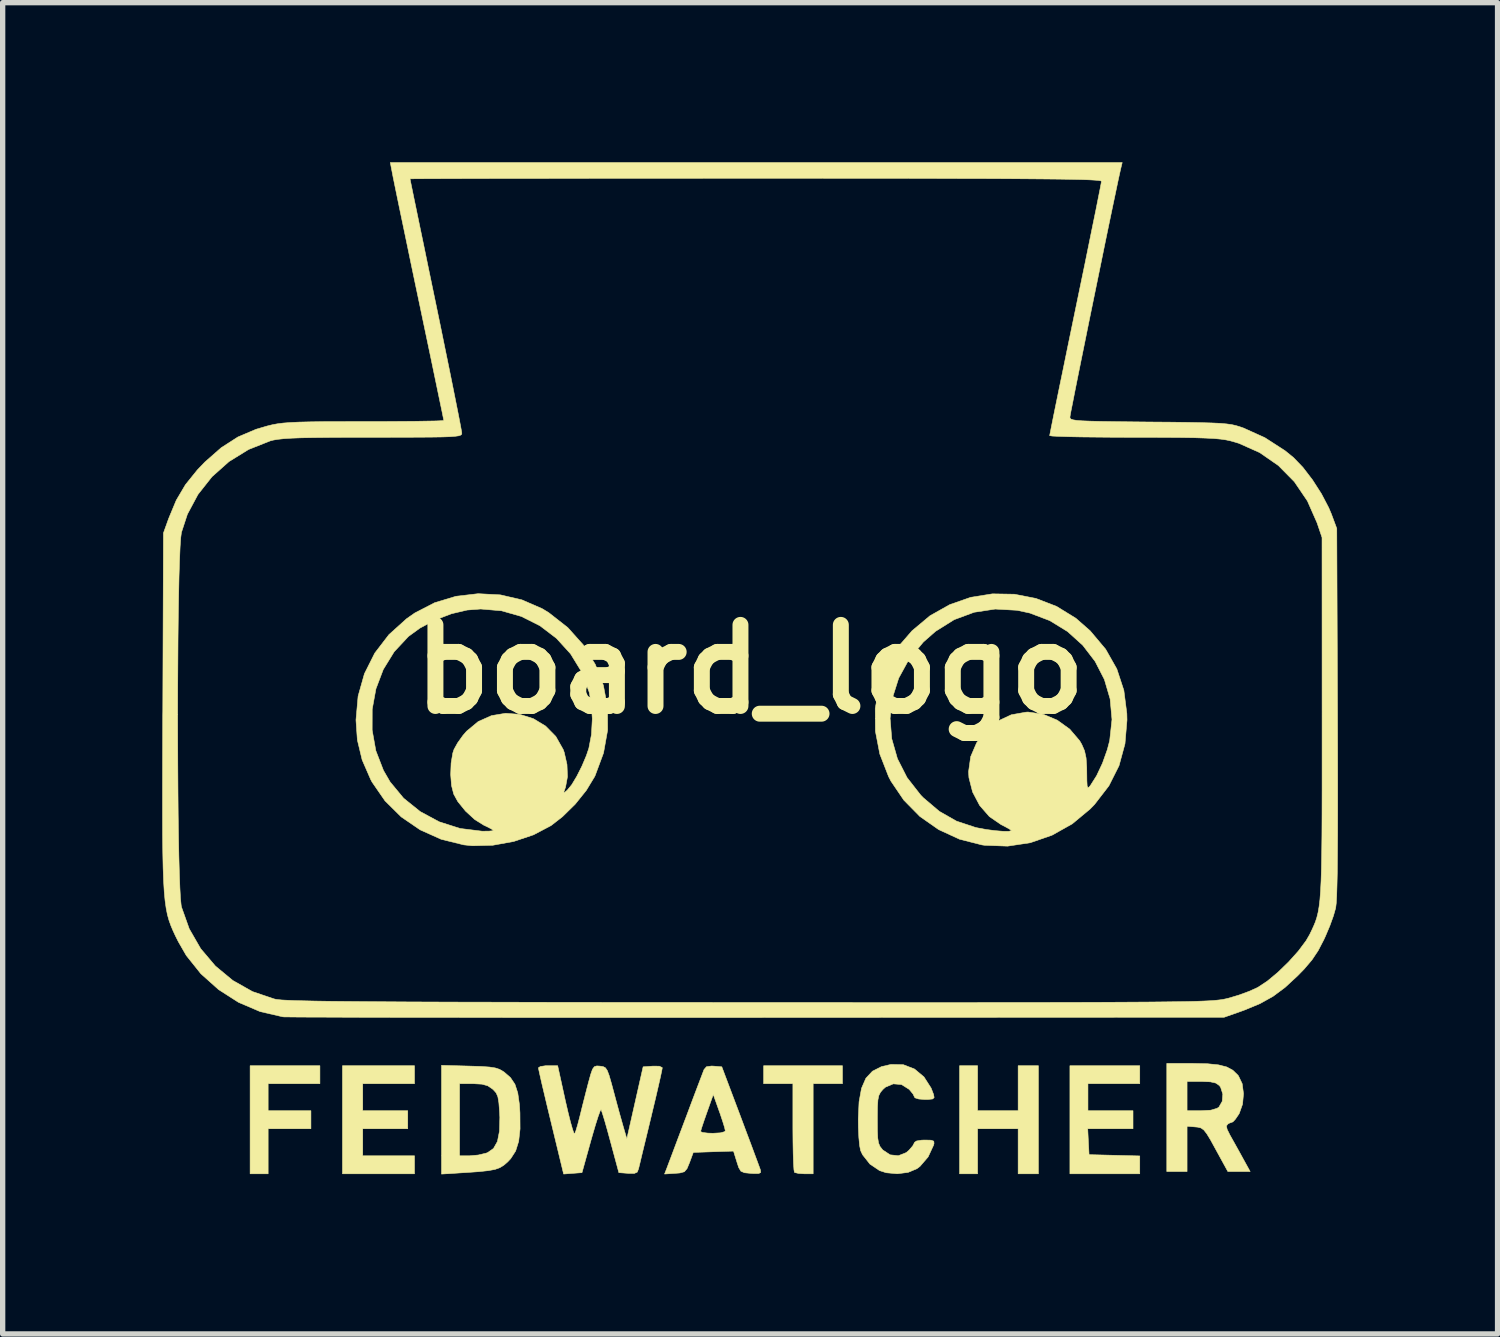
<source format=kicad_pcb>
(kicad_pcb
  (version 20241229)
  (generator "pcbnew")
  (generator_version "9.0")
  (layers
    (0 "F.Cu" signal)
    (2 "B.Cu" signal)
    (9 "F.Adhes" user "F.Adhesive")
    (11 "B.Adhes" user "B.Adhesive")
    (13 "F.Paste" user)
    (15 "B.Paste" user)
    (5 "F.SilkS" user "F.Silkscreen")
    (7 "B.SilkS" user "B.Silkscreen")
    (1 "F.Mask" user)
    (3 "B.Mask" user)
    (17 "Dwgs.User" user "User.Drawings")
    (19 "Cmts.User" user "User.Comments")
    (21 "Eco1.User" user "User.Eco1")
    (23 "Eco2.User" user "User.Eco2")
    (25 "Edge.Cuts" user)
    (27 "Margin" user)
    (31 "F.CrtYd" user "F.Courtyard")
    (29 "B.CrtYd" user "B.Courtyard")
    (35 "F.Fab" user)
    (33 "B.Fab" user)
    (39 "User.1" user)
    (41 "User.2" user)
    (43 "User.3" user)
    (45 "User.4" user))
  (footprint "board_logo"
    (layer "F.Cu")
    (at 11.049 9.53)
    (property "Reference" "board_logo" (at 0 0 0) (layer "F.SilkS") (effects (font (size 1.524 1.524) (thickness 0.3))))
    (attr through_hole)
    (fp_poly (pts (xy -8.086 7.789) (xy -9.059 7.789) (xy -9.059 8.297) (xy -8.255 8.297) (xy -8.255 8.636) (xy -9.059 8.636) (xy -9.059 9.483) (xy -9.398 9.483) (xy -9.398 7.451) (xy -8.086 7.451) (xy -8.086 7.789)) (stroke (width 0.01) (type solid)) (fill yes) (layer "F.SilkS"))
    (fp_poly (pts (xy -6.308 7.789) (xy -7.281 7.789) (xy -7.281 8.297) (xy -6.435 8.297) (xy -6.435 8.636) (xy -7.281 8.636) (xy -7.281 9.144) (xy -6.308 9.144) (xy -6.308 9.483) (xy -7.662 9.483) (xy -7.662 7.451) (xy -6.308 7.451) (xy -6.308 7.789)) (stroke (width 0.01) (type solid)) (fill yes) (layer "F.SilkS"))
    (fp_poly (pts (xy 4.276 8.297) (xy 5.038 8.297) (xy 5.038 7.451) (xy 5.419 7.451) (xy 5.419 9.483) (xy 5.038 9.483) (xy 5.038 8.636) (xy 4.276 8.636) (xy 4.276 9.483) (xy 3.937 9.483) (xy 3.937 7.451) (xy 4.276 7.451) (xy 4.276 8.297)) (stroke (width 0.01) (type solid)) (fill yes) (layer "F.SilkS"))
    (fp_poly (pts (xy 7.324 7.789) (xy 6.35 7.789) (xy 6.35 8.297) (xy 7.197 8.297) (xy 7.197 8.636) (xy 6.346 8.636) (xy 6.358 8.879) (xy 6.371 9.123) (xy 6.847 9.135) (xy 7.324 9.147) (xy 7.324 9.483) (xy 6.011 9.483) (xy 6.011 7.451) (xy 7.324 7.451) (xy 7.324 7.789)) (stroke (width 0.01) (type solid)) (fill yes) (layer "F.SilkS"))
    (fp_poly (pts (xy 1.736 7.789) (xy 1.185 7.789) (xy 1.185 9.483) (xy 1.023 9.483) (xy 0.911 9.476) (xy 0.84 9.459) (xy 0.833 9.454) (xy 0.824 9.405) (xy 0.816 9.285) (xy 0.81 9.107) (xy 0.806 8.884) (xy 0.804 8.631) (xy 0.804 8.608) (xy 0.804 7.789) (xy 0.254 7.789) (xy 0.254 7.451) (xy 1.736 7.451) (xy 1.736 7.789)) (stroke (width 0.01) (type solid)) (fill yes) (layer "F.SilkS"))
    (fp_poly (pts (xy -5.281 7.458) (xy -5.057 7.465) (xy -4.899 7.476) (xy -4.79 7.493) (xy -4.71 7.519) (xy -4.643 7.558) (xy -4.624 7.57) (xy -4.504 7.675) (xy -4.42 7.8) (xy -4.367 7.963) (xy -4.336 8.181) (xy -4.326 8.34) (xy -4.324 8.639) (xy -4.35 8.872) (xy -4.407 9.054) (xy -4.5 9.198) (xy -4.556 9.258) (xy -4.629 9.321) (xy -4.703 9.367) (xy -4.794 9.4) (xy -4.919 9.423) (xy -5.094 9.442) (xy -5.334 9.459) (xy -5.387 9.462) (xy -5.8 9.488) (xy -5.8 7.789) (xy -5.461 7.789) (xy -5.461 9.144) (xy -5.269 9.144) (xy -5.112 9.13) (xy -4.963 9.095) (xy -4.933 9.084) (xy -4.823 9.006) (xy -4.749 8.875) (xy -4.711 8.682) (xy -4.704 8.421) (xy -4.709 8.322) (xy -4.722 8.149) (xy -4.741 8.036) (xy -4.773 7.962) (xy -4.826 7.903) (xy -4.843 7.888) (xy -4.932 7.828) (xy -5.039 7.798) (xy -5.197 7.789) (xy -5.209 7.789) (xy -5.461 7.789) (xy -5.8 7.789) (xy -5.8 7.444) (xy -5.281 7.458)) (stroke (width 0.01) (type solid)) (fill yes) (layer "F.SilkS"))
    (fp_poly (pts (xy 8.596 7.414) (xy 8.803 7.435) (xy 8.957 7.474) (xy 9.073 7.536) (xy 9.166 7.626) (xy 9.179 7.642) (xy 9.249 7.789) (xy 9.274 7.977) (xy 9.256 8.174) (xy 9.194 8.348) (xy 9.183 8.366) (xy 9.121 8.457) (xy 9.074 8.507) (xy 9.066 8.51) (xy 9.01 8.53) (xy 8.98 8.547) (xy 8.953 8.583) (xy 8.966 8.647) (xy 9.022 8.76) (xy 9.027 8.768) (xy 9.107 8.911) (xy 9.202 9.082) (xy 9.265 9.197) (xy 9.399 9.44) (xy 8.98 9.44) (xy 8.754 9.028) (xy 8.655 8.847) (xy 8.583 8.729) (xy 8.527 8.658) (xy 8.474 8.621) (xy 8.413 8.606) (xy 8.371 8.602) (xy 8.213 8.589) (xy 8.213 9.44) (xy 7.832 9.44) (xy 7.832 7.747) (xy 8.213 7.747) (xy 8.213 8.297) (xy 8.474 8.297) (xy 8.659 8.287) (xy 8.777 8.252) (xy 8.813 8.227) (xy 8.874 8.121) (xy 8.885 7.985) (xy 8.844 7.857) (xy 8.82 7.824) (xy 8.755 7.778) (xy 8.651 7.754) (xy 8.487 7.747) (xy 8.481 7.747) (xy 8.213 7.747) (xy 7.832 7.747) (xy 7.832 7.408) (xy 8.32 7.408) (xy 8.596 7.414)) (stroke (width 0.01) (type solid)) (fill yes) (layer "F.SilkS"))
    (fp_poly (pts (xy -0.684 7.459) (xy -0.532 7.472) (xy -0.181 8.403) (xy -0.081 8.671) (xy 0.011 8.915) (xy 0.088 9.123) (xy 0.148 9.284) (xy 0.185 9.385) (xy 0.194 9.411) (xy 0.199 9.456) (xy 0.164 9.477) (xy 0.07 9.478) (xy 0.016 9.475) (xy -0.105 9.463) (xy -0.173 9.434) (xy -0.214 9.366) (xy -0.249 9.259) (xy -0.312 9.056) (xy -0.69 9.068) (xy -1.068 9.081) (xy -1.138 9.271) (xy -1.186 9.386) (xy -1.236 9.444) (xy -1.319 9.467) (xy -1.408 9.474) (xy -1.608 9.487) (xy -1.562 9.369) (xy -1.534 9.294) (xy -1.481 9.154) (xy -1.409 8.962) (xy -1.323 8.733) (xy -1.306 8.689) (xy -0.93 8.689) (xy -0.893 8.706) (xy -0.794 8.718) (xy -0.699 8.721) (xy -0.559 8.713) (xy -0.479 8.691) (xy -0.466 8.674) (xy -0.479 8.615) (xy -0.515 8.498) (xy -0.565 8.348) (xy -0.579 8.31) (xy -0.692 7.992) (xy -0.81 8.324) (xy -0.865 8.481) (xy -0.907 8.606) (xy -0.929 8.68) (xy -0.93 8.689) (xy -1.306 8.689) (xy -1.228 8.481) (xy -1.206 8.424) (xy -1.112 8.172) (xy -1.026 7.944) (xy -0.953 7.752) (xy -0.899 7.61) (xy -0.869 7.531) (xy -0.866 7.523) (xy -0.82 7.47) (xy -0.725 7.457) (xy -0.684 7.459)) (stroke (width 0.01) (type solid)) (fill yes) (layer "F.SilkS"))
    (fp_poly (pts (xy 2.88 7.432) (xy 3.09 7.513) (xy 3.268 7.662) (xy 3.402 7.871) (xy 3.448 7.99) (xy 3.459 8.049) (xy 3.432 8.076) (xy 3.349 8.085) (xy 3.284 8.086) (xy 3.169 8.077) (xy 3.1 8.055) (xy 3.09 8.041) (xy 3.063 7.984) (xy 2.996 7.903) (xy 2.986 7.893) (xy 2.846 7.805) (xy 2.691 7.792) (xy 2.544 7.854) (xy 2.494 7.899) (xy 2.449 7.953) (xy 2.419 8.013) (xy 2.402 8.096) (xy 2.394 8.222) (xy 2.392 8.409) (xy 2.392 8.467) (xy 2.393 8.672) (xy 2.399 8.811) (xy 2.414 8.903) (xy 2.44 8.967) (xy 2.482 9.021) (xy 2.494 9.035) (xy 2.632 9.126) (xy 2.786 9.143) (xy 2.935 9.084) (xy 2.986 9.04) (xy 3.057 8.958) (xy 3.09 8.896) (xy 3.09 8.892) (xy 3.128 8.866) (xy 3.224 8.85) (xy 3.284 8.848) (xy 3.401 8.851) (xy 3.452 8.869) (xy 3.457 8.911) (xy 3.449 8.943) (xy 3.346 9.165) (xy 3.193 9.343) (xy 3.135 9.387) (xy 2.97 9.456) (xy 2.766 9.482) (xy 2.559 9.463) (xy 2.434 9.423) (xy 2.252 9.3) (xy 2.114 9.125) (xy 2.077 9.046) (xy 2.059 8.955) (xy 2.044 8.803) (xy 2.035 8.613) (xy 2.033 8.453) (xy 2.048 8.129) (xy 2.094 7.876) (xy 2.176 7.687) (xy 2.3 7.554) (xy 2.47 7.468) (xy 2.648 7.427) (xy 2.88 7.432)) (stroke (width 0.01) (type solid)) (fill yes) (layer "F.SilkS"))
    (fp_poly (pts (xy -3.473 8.107) (xy -3.422 8.327) (xy -3.376 8.511) (xy -3.337 8.647) (xy -3.31 8.722) (xy -3.3 8.732) (xy -3.276 8.677) (xy -3.242 8.564) (xy -3.203 8.415) (xy -3.2 8.403) (xy -3.151 8.205) (xy -3.093 7.977) (xy -3.041 7.776) (xy -2.996 7.613) (xy -2.962 7.516) (xy -2.927 7.469) (xy -2.881 7.455) (xy -2.821 7.459) (xy -2.762 7.468) (xy -2.72 7.49) (xy -2.685 7.541) (xy -2.649 7.636) (xy -2.605 7.789) (xy -2.571 7.916) (xy -2.514 8.129) (xy -2.457 8.339) (xy -2.407 8.516) (xy -2.385 8.594) (xy -2.317 8.826) (xy -2.164 8.149) (xy -2.011 7.472) (xy -1.831 7.459) (xy -1.708 7.46) (xy -1.653 7.485) (xy -1.651 7.493) (xy -1.661 7.547) (xy -1.687 7.67) (xy -1.728 7.85) (xy -1.78 8.074) (xy -1.841 8.328) (xy -1.862 8.417) (xy -1.926 8.683) (xy -1.985 8.925) (xy -2.035 9.131) (xy -2.072 9.287) (xy -2.094 9.377) (xy -2.097 9.39) (xy -2.122 9.452) (xy -2.178 9.476) (xy -2.29 9.475) (xy -2.293 9.474) (xy -2.467 9.461) (xy -2.624 8.879) (xy -2.681 8.669) (xy -2.732 8.49) (xy -2.773 8.356) (xy -2.798 8.283) (xy -2.802 8.275) (xy -2.82 8.306) (xy -2.856 8.404) (xy -2.905 8.558) (xy -2.962 8.752) (xy -2.992 8.857) (xy -3.16 9.461) (xy -3.505 9.487) (xy -3.742 8.508) (xy -3.809 8.231) (xy -3.868 7.982) (xy -3.918 7.771) (xy -3.954 7.611) (xy -3.975 7.514) (xy -3.979 7.49) (xy -3.942 7.466) (xy -3.847 7.452) (xy -3.798 7.451) (xy -3.617 7.451) (xy -3.473 8.107)) (stroke (width 0.01) (type solid)) (fill yes) (layer "F.SilkS"))
    (fp_poly (pts (xy 4.967 -1.411) (xy 5.372 -1.332) (xy 5.761 -1.182) (xy 6.123 -0.959) (xy 6.392 -0.723) (xy 6.683 -0.377) (xy 6.893 -0.006) (xy 7.025 0.396) (xy 7.081 0.832) (xy 7.084 0.953) (xy 7.046 1.401) (xy 6.934 1.812) (xy 6.744 2.19) (xy 6.475 2.539) (xy 6.392 2.625) (xy 6.054 2.906) (xy 5.674 3.119) (xy 5.266 3.26) (xy 4.84 3.324) (xy 4.408 3.308) (xy 4.358 3.301) (xy 3.937 3.194) (xy 3.544 3.013) (xy 3.191 2.766) (xy 2.889 2.459) (xy 2.647 2.102) (xy 2.603 2.017) (xy 2.438 1.593) (xy 2.355 1.163) (xy 2.353 0.922) (xy 2.631 0.922) (xy 2.662 1.305) (xy 2.769 1.68) (xy 2.95 2.036) (xy 3.206 2.364) (xy 3.256 2.415) (xy 3.558 2.671) (xy 3.879 2.854) (xy 4.238 2.973) (xy 4.285 2.983) (xy 4.443 3.012) (xy 4.605 3.033) (xy 4.751 3.045) (xy 4.86 3.046) (xy 4.91 3.034) (xy 4.911 3.031) (xy 4.876 3.004) (xy 4.788 2.955) (xy 4.72 2.921) (xy 4.498 2.769) (xy 4.314 2.558) (xy 4.182 2.307) (xy 4.113 2.037) (xy 4.106 1.926) (xy 4.146 1.642) (xy 4.258 1.381) (xy 4.431 1.155) (xy 4.651 0.976) (xy 4.909 0.855) (xy 5.19 0.805) (xy 5.228 0.804) (xy 5.506 0.844) (xy 5.773 0.956) (xy 6.009 1.126) (xy 6.194 1.343) (xy 6.234 1.412) (xy 6.286 1.532) (xy 6.315 1.666) (xy 6.327 1.844) (xy 6.328 1.929) (xy 6.33 2.096) (xy 6.335 2.19) (xy 6.349 2.225) (xy 6.373 2.212) (xy 6.397 2.183) (xy 6.513 2) (xy 6.623 1.766) (xy 6.714 1.511) (xy 6.759 1.339) (xy 6.802 0.944) (xy 6.767 0.558) (xy 6.659 0.191) (xy 6.485 -0.148) (xy 6.252 -0.452) (xy 5.966 -0.71) (xy 5.632 -0.915) (xy 5.258 -1.057) (xy 5.018 -1.109) (xy 4.607 -1.132) (xy 4.211 -1.072) (xy 3.836 -0.933) (xy 3.486 -0.714) (xy 3.256 -0.512) (xy 2.987 -0.188) (xy 2.793 0.166) (xy 2.675 0.538) (xy 2.631 0.922) (xy 2.353 0.922) (xy 2.352 0.735) (xy 2.427 0.317) (xy 2.58 -0.081) (xy 2.809 -0.453) (xy 3.044 -0.724) (xy 3.381 -1.006) (xy 3.752 -1.215) (xy 4.147 -1.353) (xy 4.555 -1.418) (xy 4.967 -1.411)) (stroke (width 0.01) (type solid)) (fill yes) (layer "F.SilkS"))
    (fp_poly (pts (xy -4.694 -1.399) (xy -4.289 -1.305) (xy -3.909 -1.14) (xy -3.787 -1.066) (xy -3.427 -0.784) (xy -3.134 -0.457) (xy -2.91 -0.092) (xy -2.758 0.302) (xy -2.68 0.716) (xy -2.678 1.142) (xy -2.755 1.572) (xy -2.913 1.998) (xy -2.925 2.022) (xy -3.079 2.276) (xy -3.287 2.535) (xy -3.526 2.77) (xy -3.742 2.938) (xy -4.07 3.111) (xy -4.443 3.236) (xy -4.835 3.307) (xy -5.218 3.317) (xy -5.382 3.3) (xy -5.807 3.195) (xy -6.203 3.017) (xy -6.558 2.774) (xy -6.862 2.473) (xy -7.105 2.121) (xy -7.13 2.075) (xy -7.292 1.703) (xy -7.382 1.329) (xy -7.395 1.143) (xy -7.104 1.143) (xy -7.035 1.53) (xy -6.892 1.9) (xy -6.767 2.116) (xy -6.513 2.423) (xy -6.2 2.675) (xy -5.843 2.867) (xy -5.451 2.992) (xy -5.039 3.043) (xy -5.027 3.043) (xy -4.91 3.042) (xy -4.837 3.035) (xy -4.826 3.029) (xy -4.861 3.002) (xy -4.95 2.956) (xy -5.006 2.93) (xy -5.177 2.823) (xy -5.349 2.665) (xy -5.494 2.486) (xy -5.571 2.346) (xy -5.612 2.185) (xy -5.628 1.979) (xy -5.62 1.763) (xy -5.588 1.574) (xy -5.565 1.505) (xy -5.498 1.384) (xy -5.398 1.244) (xy -5.329 1.164) (xy -5.11 0.982) (xy -4.861 0.871) (xy -4.596 0.827) (xy -4.329 0.847) (xy -4.074 0.928) (xy -3.844 1.067) (xy -3.652 1.262) (xy -3.513 1.508) (xy -3.494 1.561) (xy -3.442 1.789) (xy -3.433 2.019) (xy -3.469 2.215) (xy -3.474 2.228) (xy -3.501 2.307) (xy -3.489 2.317) (xy -3.436 2.271) (xy -3.353 2.17) (xy -3.258 2.012) (xy -3.162 1.822) (xy -3.078 1.624) (xy -3.031 1.485) (xy -2.982 1.227) (xy -2.966 0.931) (xy -2.986 0.635) (xy -3.025 0.429) (xy -3.167 0.048) (xy -3.375 -0.291) (xy -3.64 -0.582) (xy -3.95 -0.818) (xy -4.298 -0.993) (xy -4.673 -1.1) (xy -5.066 -1.133) (xy -5.317 -1.114) (xy -5.614 -1.044) (xy -5.922 -0.926) (xy -6.208 -0.773) (xy -6.421 -0.618) (xy -6.69 -0.33) (xy -6.895 0.003) (xy -7.033 0.367) (xy -7.103 0.751) (xy -7.104 1.143) (xy -7.395 1.143) (xy -7.408 0.953) (xy -7.368 0.504) (xy -7.249 0.083) (xy -7.055 -0.304) (xy -6.789 -0.651) (xy -6.456 -0.951) (xy -6.303 -1.058) (xy -5.93 -1.251) (xy -5.529 -1.372) (xy -5.112 -1.421) (xy -4.694 -1.399)) (stroke (width 0.01) (type solid)) (fill yes) (layer "F.SilkS"))
    (fp_poly (pts (xy 6.971 -9.43) (xy 6.95 -9.338) (xy 6.915 -9.178) (xy 6.869 -8.958) (xy 6.812 -8.688) (xy 6.747 -8.376) (xy 6.676 -8.033) (xy 6.601 -7.666) (xy 6.523 -7.286) (xy 6.444 -6.901) (xy 6.366 -6.52) (xy 6.292 -6.154) (xy 6.222 -5.81) (xy 6.159 -5.498) (xy 6.105 -5.228) (xy 6.062 -5.008) (xy 6.03 -4.848) (xy 6.014 -4.757) (xy 6.011 -4.739) (xy 6.015 -4.719) (xy 6.032 -4.702) (xy 6.071 -4.689) (xy 6.139 -4.678) (xy 6.244 -4.67) (xy 6.396 -4.664) (xy 6.602 -4.659) (xy 6.87 -4.655) (xy 7.209 -4.651) (xy 7.504 -4.648) (xy 7.9 -4.645) (xy 8.222 -4.641) (xy 8.478 -4.636) (xy 8.68 -4.63) (xy 8.836 -4.623) (xy 8.957 -4.612) (xy 9.052 -4.599) (xy 9.131 -4.581) (xy 9.204 -4.559) (xy 9.271 -4.536) (xy 9.674 -4.354) (xy 10.054 -4.109) (xy 10.214 -3.979) (xy 10.39 -3.796) (xy 10.571 -3.56) (xy 10.739 -3.298) (xy 10.875 -3.038) (xy 10.927 -2.915) (xy 11.027 -2.646) (xy 11.041 0.804) (xy 11.043 1.497) (xy 11.044 2.108) (xy 11.044 2.641) (xy 11.043 3.1) (xy 11.04 3.488) (xy 11.037 3.808) (xy 11.031 4.063) (xy 11.025 4.258) (xy 11.017 4.396) (xy 11.007 4.479) (xy 11.006 4.487) (xy 10.964 4.635) (xy 10.896 4.823) (xy 10.813 5.019) (xy 10.785 5.08) (xy 10.677 5.288) (xy 10.56 5.463) (xy 10.412 5.637) (xy 10.292 5.76) (xy 10.054 5.98) (xy 9.828 6.148) (xy 9.584 6.284) (xy 9.292 6.405) (xy 9.229 6.428) (xy 8.911 6.54) (xy 0.127 6.545) (xy -0.731 6.545) (xy -1.567 6.546) (xy -2.378 6.546) (xy -3.159 6.545) (xy -3.906 6.545) (xy -4.615 6.545) (xy -5.283 6.544) (xy -5.905 6.543) (xy -6.477 6.543) (xy -6.996 6.542) (xy -7.457 6.541) (xy -7.856 6.539) (xy -8.189 6.538) (xy -8.453 6.537) (xy -8.642 6.535) (xy -8.754 6.534) (xy -8.784 6.532) (xy -9.209 6.434) (xy -9.616 6.26) (xy -9.991 6.02) (xy -10.323 5.723) (xy -10.598 5.379) (xy -10.747 5.12) (xy -10.801 5.012) (xy -10.847 4.913) (xy -10.887 4.818) (xy -10.922 4.72) (xy -10.952 4.614) (xy -10.976 4.492) (xy -10.996 4.35) (xy -11.012 4.18) (xy -11.024 3.978) (xy -11.033 3.736) (xy -11.039 3.449) (xy -11.043 3.111) (xy -11.044 2.715) (xy -11.044 2.256) (xy -11.043 1.728) (xy -11.041 1.124) (xy -11.04 0.851) (xy -10.76 0.851) (xy -10.759 1.338) (xy -10.757 1.819) (xy -10.754 2.285) (xy -10.75 2.728) (xy -10.744 3.139) (xy -10.737 3.511) (xy -10.728 3.835) (xy -10.718 4.102) (xy -10.707 4.305) (xy -10.694 4.435) (xy -10.688 4.468) (xy -10.542 4.878) (xy -10.327 5.251) (xy -10.051 5.577) (xy -9.723 5.849) (xy -9.353 6.058) (xy -8.948 6.195) (xy -8.914 6.203) (xy -8.869 6.209) (xy -8.798 6.216) (xy -8.696 6.221) (xy -8.561 6.227) (xy -8.389 6.231) (xy -8.178 6.236) (xy -7.924 6.24) (xy -7.624 6.243) (xy -7.276 6.246) (xy -6.875 6.249) (xy -6.419 6.252) (xy -5.904 6.254) (xy -5.328 6.256) (xy -4.688 6.257) (xy -3.979 6.259) (xy -3.2 6.26) (xy -2.346 6.261) (xy -1.416 6.261) (xy -0.405 6.262) (xy 0.004 6.262) (xy 1.011 6.262) (xy 1.938 6.263) (xy 2.787 6.263) (xy 3.562 6.263) (xy 4.266 6.263) (xy 4.904 6.262) (xy 5.478 6.262) (xy 5.992 6.261) (xy 6.45 6.26) (xy 6.856 6.258) (xy 7.212 6.256) (xy 7.522 6.254) (xy 7.791 6.251) (xy 8.021 6.248) (xy 8.215 6.245) (xy 8.379 6.241) (xy 8.515 6.236) (xy 8.626 6.231) (xy 8.716 6.225) (xy 8.789 6.218) (xy 8.849 6.211) (xy 8.898 6.203) (xy 8.941 6.194) (xy 8.981 6.184) (xy 8.992 6.182) (xy 9.186 6.124) (xy 9.382 6.052) (xy 9.537 5.982) (xy 9.539 5.981) (xy 9.719 5.863) (xy 9.92 5.696) (xy 10.122 5.5) (xy 10.305 5.296) (xy 10.45 5.102) (xy 10.515 4.99) (xy 10.557 4.904) (xy 10.593 4.825) (xy 10.625 4.748) (xy 10.652 4.666) (xy 10.675 4.573) (xy 10.694 4.464) (xy 10.71 4.332) (xy 10.722 4.171) (xy 10.732 3.976) (xy 10.739 3.74) (xy 10.744 3.457) (xy 10.748 3.122) (xy 10.75 2.728) (xy 10.751 2.269) (xy 10.751 1.74) (xy 10.751 1.134) (xy 10.751 0.91) (xy 10.75 -2.477) (xy 10.656 -2.754) (xy 10.475 -3.164) (xy 10.23 -3.525) (xy 9.929 -3.83) (xy 9.578 -4.073) (xy 9.186 -4.248) (xy 9.032 -4.293) (xy 8.949 -4.311) (xy 8.847 -4.326) (xy 8.717 -4.338) (xy 8.552 -4.346) (xy 8.341 -4.353) (xy 8.075 -4.357) (xy 7.745 -4.359) (xy 7.343 -4.36) (xy 7.201 -4.36) (xy 6.846 -4.361) (xy 6.519 -4.364) (xy 6.229 -4.367) (xy 5.986 -4.372) (xy 5.799 -4.378) (xy 5.678 -4.384) (xy 5.631 -4.392) (xy 5.63 -4.392) (xy 5.639 -4.438) (xy 5.663 -4.56) (xy 5.701 -4.749) (xy 5.752 -4.999) (xy 5.814 -5.302) (xy 5.886 -5.65) (xy 5.965 -6.036) (xy 6.051 -6.452) (xy 6.117 -6.771) (xy 6.207 -7.206) (xy 6.292 -7.616) (xy 6.369 -7.995) (xy 6.438 -8.334) (xy 6.498 -8.626) (xy 6.545 -8.864) (xy 6.58 -9.039) (xy 6.6 -9.145) (xy 6.604 -9.173) (xy 6.591 -9.181) (xy 6.551 -9.188) (xy 6.479 -9.194) (xy 6.373 -9.2) (xy 6.228 -9.205) (xy 6.041 -9.209) (xy 5.809 -9.213) (xy 5.527 -9.216) (xy 5.194 -9.219) (xy 4.804 -9.222) (xy 4.355 -9.224) (xy 3.842 -9.225) (xy 3.264 -9.227) (xy 2.615 -9.228) (xy 1.892 -9.228) (xy 1.092 -9.229) (xy 0.211 -9.229) (xy 0.106 -9.229) (xy -0.629 -9.229) (xy -1.34 -9.228) (xy -2.023 -9.228) (xy -2.674 -9.228) (xy -3.288 -9.227) (xy -3.86 -9.226) (xy -4.385 -9.226) (xy -4.86 -9.225) (xy -5.28 -9.224) (xy -5.639 -9.223) (xy -5.934 -9.222) (xy -6.16 -9.221) (xy -6.312 -9.22) (xy -6.386 -9.219) (xy -6.392 -9.218) (xy -6.384 -9.176) (xy -6.36 -9.058) (xy -6.322 -8.872) (xy -6.271 -8.626) (xy -6.209 -8.326) (xy -6.137 -7.981) (xy -6.058 -7.597) (xy -5.972 -7.182) (xy -5.905 -6.86) (xy -5.815 -6.425) (xy -5.731 -6.013) (xy -5.653 -5.633) (xy -5.584 -5.291) (xy -5.525 -4.996) (xy -5.477 -4.755) (xy -5.443 -4.577) (xy -5.423 -4.468) (xy -5.419 -4.437) (xy -5.422 -4.418) (xy -5.439 -4.402) (xy -5.476 -4.389) (xy -5.541 -4.38) (xy -5.642 -4.372) (xy -5.786 -4.367) (xy -5.982 -4.364) (xy -6.236 -4.362) (xy -6.558 -4.361) (xy -6.953 -4.36) (xy -7.104 -4.36) (xy -7.542 -4.36) (xy -7.904 -4.358) (xy -8.198 -4.355) (xy -8.433 -4.351) (xy -8.618 -4.344) (xy -8.761 -4.335) (xy -8.871 -4.323) (xy -8.957 -4.309) (xy -9.02 -4.293) (xy -9.426 -4.132) (xy -9.794 -3.905) (xy -10.114 -3.62) (xy -10.378 -3.286) (xy -10.577 -2.914) (xy -10.689 -2.572) (xy -10.702 -2.473) (xy -10.714 -2.297) (xy -10.724 -2.054) (xy -10.734 -1.751) (xy -10.741 -1.397) (xy -10.748 -1) (xy -10.753 -0.569) (xy -10.756 -0.111) (xy -10.759 0.365) (xy -10.76 0.851) (xy -11.04 0.851) (xy -11.039 0.79) (xy -11.027 -2.561) (xy -10.928 -2.836) (xy -10.786 -3.177) (xy -10.613 -3.47) (xy -10.39 -3.747) (xy -10.248 -3.895) (xy -9.941 -4.165) (xy -9.628 -4.366) (xy -9.287 -4.511) (xy -9.076 -4.573) (xy -8.982 -4.596) (xy -8.886 -4.614) (xy -8.778 -4.628) (xy -8.648 -4.638) (xy -8.485 -4.646) (xy -8.28 -4.651) (xy -8.023 -4.655) (xy -7.702 -4.656) (xy -7.308 -4.657) (xy -7.253 -4.657) (xy -6.907 -4.657) (xy -6.589 -4.659) (xy -6.309 -4.661) (xy -6.076 -4.665) (xy -5.9 -4.668) (xy -5.791 -4.673) (xy -5.757 -4.677) (xy -5.766 -4.721) (xy -5.79 -4.84) (xy -5.829 -5.027) (xy -5.88 -5.272) (xy -5.942 -5.57) (xy -6.013 -5.911) (xy -6.092 -6.287) (xy -6.177 -6.692) (xy -6.205 -6.826) (xy -6.294 -7.248) (xy -6.379 -7.654) (xy -6.458 -8.035) (xy -6.53 -8.38) (xy -6.593 -8.681) (xy -6.644 -8.928) (xy -6.682 -9.113) (xy -6.705 -9.226) (xy -6.708 -9.239) (xy -6.763 -9.525) (xy 6.994 -9.525) (xy 6.971 -9.43)) (stroke (width 0.01) (type solid)) (fill yes) (layer "F.SilkS")))
  (gr_rect
    (start -3 -3)
    (end 25.098 22.023)
    (stroke (width 0.1) (type default))
    (fill no)
    (layer "Edge.Cuts")))
</source>
